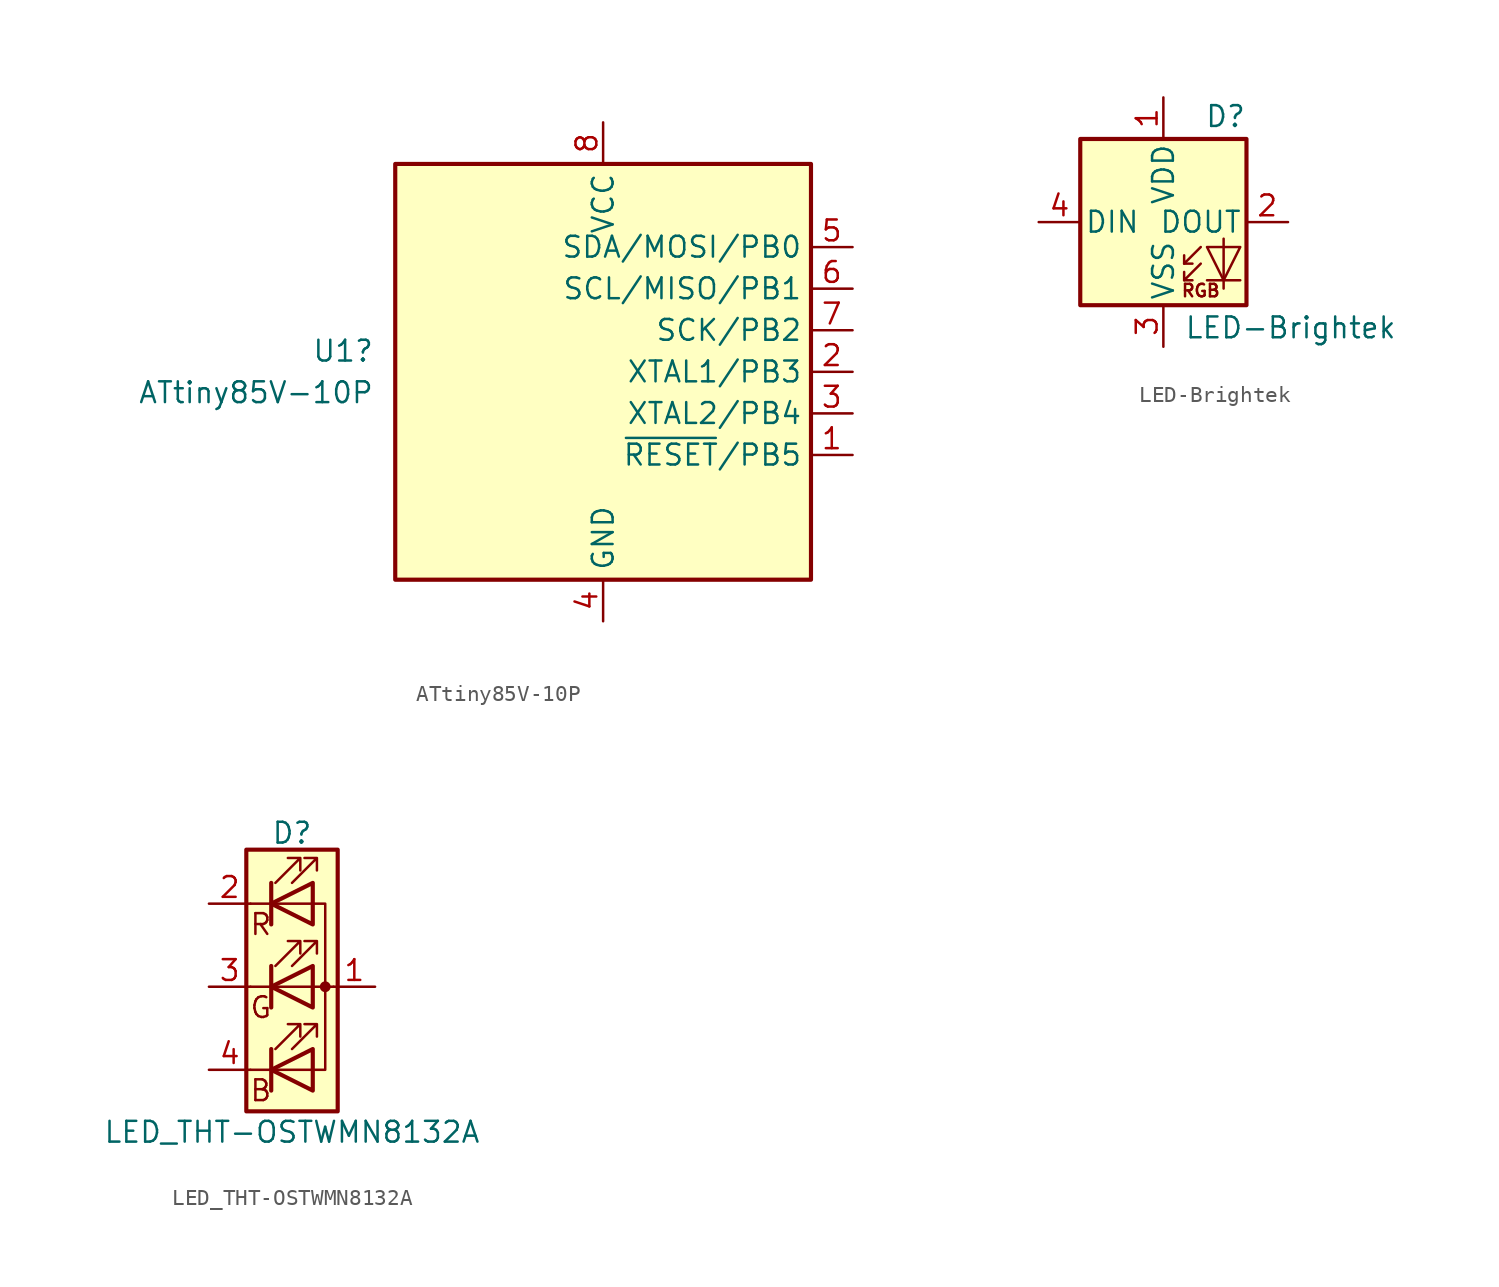
<source format=kicad_sym>
(kicad_symbol_lib
  (version 20241209)
  (generator "kicad_symbol_editor")
  (generator_version "9.0")
  (symbol "ATtiny85V-10P"
    (property "Reference" "U1"
      (at -13.97 1.27 0)
      (effects (font (size 1.27 1.27)) (justify right)))
    (property "Value" "ATtiny85V-10P"
      (at -13.97 -1.27 0)
      (effects (font (size 1.27 1.27)) (justify right)))
    (symbol "ATtiny85V-10P_0_1"
      (rectangle (start -12.7 -12.7) (end 12.7 12.7) (stroke (width 0.254) (type default)) (fill (type background))))
    (symbol "ATtiny85V-10P_1_1"
      (pin power_in line (at 0 15.24 270) (length 2.54) (name "VCC" (effects (font (size 1.27 1.27)))) (number "8" (effects (font (size 1.27 1.27)))))
      (pin power_in line (at 0 -15.24 90) (length 2.54) (name "GND" (effects (font (size 1.27 1.27)))) (number "4" (effects (font (size 1.27 1.27)))))
      (pin bidirectional line (at 15.24 7.62 180) (length 2.54) (name "SDA/MOSI/PB0" (effects (font (size 1.27 1.27)))) (number "5" (effects (font (size 1.27 1.27)))))
      (pin bidirectional line (at 15.24 5.08 180) (length 2.54) (name "SCL/MISO/PB1" (effects (font (size 1.27 1.27)))) (number "6" (effects (font (size 1.27 1.27)))))
      (pin bidirectional line (at 15.24 2.54 180) (length 2.54) (name "SCK/PB2" (effects (font (size 1.27 1.27)))) (number "7" (effects (font (size 1.27 1.27)))))
      (pin bidirectional line (at 15.24 0 180) (length 2.54) (name "XTAL1/PB3" (effects (font (size 1.27 1.27)))) (number "2" (effects (font (size 1.27 1.27)))))
      (pin bidirectional line (at 15.24 -2.54 180) (length 2.54) (name "XTAL2/PB4" (effects (font (size 1.27 1.27)))) (number "3" (effects (font (size 1.27 1.27)))))
      (pin bidirectional line (at 15.24 -5.08 180) (length 2.54) (name "~{RESET}/PB5" (effects (font (size 1.27 1.27)))) (number "1" (effects (font (size 1.27 1.27)))))))
  (symbol "LED-Brightek"
    (pin_names
      (offset 0.254))
    (property "Reference" "D"
      (at 5.08 5.715 0)
      (effects (font (size 1.27 1.27)) (justify right bottom)))
    (property "Value" "LED-Brightek"
      (at 1.27 -5.715 0)
      (effects (font (size 1.27 1.27)) (justify left top)))
    (symbol "LED-Brightek_0_0"
      (text "RGB" (at 2.286 -4.191 0) (effects (font (size 0.762 0.762)))))
    (symbol "LED-Brightek_0_1"
      (polyline (pts (xy 1.27 -2.54) (xy 1.778 -2.54)) (stroke (width 0) (type default)) (fill (type none)))
      (polyline (pts (xy 1.27 -3.556) (xy 1.778 -3.556)) (stroke (width 0) (type default)) (fill (type none)))
      (polyline (pts (xy 2.286 -1.524) (xy 1.27 -2.54) (xy 1.27 -2.032)) (stroke (width 0) (type default)) (fill (type none)))
      (polyline (pts (xy 2.286 -2.54) (xy 1.27 -3.556) (xy 1.27 -3.048)) (stroke (width 0) (type default)) (fill (type none)))
      (polyline (pts (xy 3.683 -1.016) (xy 3.683 -3.556) (xy 3.683 -4.064)) (stroke (width 0) (type default)) (fill (type none)))
      (polyline (pts (xy 4.699 -1.524) (xy 2.667 -1.524) (xy 3.683 -3.556) (xy 4.699 -1.524)) (stroke (width 0) (type default)) (fill (type none)))
      (polyline (pts (xy 4.699 -3.556) (xy 2.667 -3.556)) (stroke (width 0) (type default)) (fill (type none)))
      (rectangle (start 5.08 5.08) (end -5.08 -5.08) (stroke (width 0.254) (type default)) (fill (type background))))
    (symbol "LED-Brightek_1_1"
      (pin input line (at -7.62 0 0) (length 2.54) (name "DIN" (effects (font (size 1.27 1.27)))) (number "4" (effects (font (size 1.27 1.27)))))
      (pin power_in line (at 0 7.62 270) (length 2.54) (name "VDD" (effects (font (size 1.27 1.27)))) (number "1" (effects (font (size 1.27 1.27)))))
      (pin power_in line (at 0 -7.62 90) (length 2.54) (name "VSS" (effects (font (size 1.27 1.27)))) (number "3" (effects (font (size 1.27 1.27)))))
      (pin output line (at 7.62 0 180) (length 2.54) (name "DOUT" (effects (font (size 1.27 1.27)))) (number "2" (effects (font (size 1.27 1.27)))))))
  (symbol "LED_THT-OSTWMN8132A"
    (pin_names
      (offset 0)
      (hide yes))
    (property "Reference" "D"
      (at 0 9.398 0)
      (effects (font (size 1.27 1.27))))
    (property "Value" "LED_THT-OSTWMN8132A"
      (at 0 -8.89 0)
      (effects (font (size 1.27 1.27))))
    (symbol "LED_THT-OSTWMN8132A_0_0"
      (text "R" (at -1.905 3.81 0) (effects (font (size 1.27 1.27))))
      (text "G" (at -1.905 -1.27 0) (effects (font (size 1.27 1.27))))
      (text "B" (at -1.905 -6.35 0) (effects (font (size 1.27 1.27)))))
    (symbol "LED_THT-OSTWMN8132A_0_1"
      (rectangle (start -2.794 8.382) (end 2.794 -7.62) (stroke (width 0.254) (type default)) (fill (type background)))
      (polyline (pts (xy -1.27 6.35) (xy -1.27 3.81)) (stroke (width 0.254) (type default)) (fill (type none)))
      (polyline (pts (xy -1.27 6.35) (xy -1.27 3.81) (xy -1.27 3.81)) (stroke (width 0) (type default)) (fill (type none)))
      (polyline (pts (xy -1.27 5.08) (xy -2.54 5.08)) (stroke (width 0) (type default)) (fill (type none)))
      (polyline (pts (xy -1.27 5.08) (xy 1.27 5.08)) (stroke (width 0) (type default)) (fill (type none)))
      (polyline (pts (xy -1.27 1.27) (xy -1.27 -1.27)) (stroke (width 0.254) (type default)) (fill (type none)))
      (polyline (pts (xy -1.27 1.27) (xy -1.27 -1.27) (xy -1.27 -1.27)) (stroke (width 0) (type default)) (fill (type none)))
      (polyline (pts (xy -1.27 0) (xy -2.54 0)) (stroke (width 0) (type default)) (fill (type none)))
      (polyline (pts (xy -1.27 -3.81) (xy -1.27 -6.35)) (stroke (width 0.254) (type default)) (fill (type none)))
      (polyline (pts (xy -1.27 -5.08) (xy -2.54 -5.08)) (stroke (width 0) (type default)) (fill (type none)))
      (polyline (pts (xy -1.27 -5.08) (xy 1.27 -5.08)) (stroke (width 0) (type default)) (fill (type none)))
      (polyline (pts (xy -1.016 6.35) (xy 0.508 7.874) (xy -0.254 7.874) (xy 0.508 7.874) (xy 0.508 7.112)) (stroke (width 0) (type default)) (fill (type none)))
      (polyline (pts (xy -1.016 1.27) (xy 0.508 2.794) (xy -0.254 2.794) (xy 0.508 2.794) (xy 0.508 2.032)) (stroke (width 0) (type default)) (fill (type none)))
      (polyline (pts (xy -1.016 -3.81) (xy 0.508 -2.286) (xy -0.254 -2.286) (xy 0.508 -2.286) (xy 0.508 -3.048)) (stroke (width 0) (type default)) (fill (type none)))
      (polyline (pts (xy 0 6.35) (xy 1.524 7.874) (xy 0.762 7.874) (xy 1.524 7.874) (xy 1.524 7.112)) (stroke (width 0) (type default)) (fill (type none)))
      (polyline (pts (xy 0 1.27) (xy 1.524 2.794) (xy 0.762 2.794) (xy 1.524 2.794) (xy 1.524 2.032)) (stroke (width 0) (type default)) (fill (type none)))
      (polyline (pts (xy 0 -3.81) (xy 1.524 -2.286) (xy 0.762 -2.286) (xy 1.524 -2.286) (xy 1.524 -3.048)) (stroke (width 0) (type default)) (fill (type none)))
      (polyline (pts (xy 1.27 6.35) (xy 1.27 3.81) (xy -1.27 5.08) (xy 1.27 6.35)) (stroke (width 0.254) (type default)) (fill (type none)))
      (rectangle (start 1.27 6.35) (end 1.27 6.35) (stroke (width 0) (type default)) (fill (type none)))
      (rectangle (start 1.27 3.81) (end 1.27 6.35) (stroke (width 0) (type default)) (fill (type none)))
      (polyline (pts (xy 1.27 1.27) (xy 1.27 -1.27) (xy -1.27 0) (xy 1.27 1.27)) (stroke (width 0.254) (type default)) (fill (type none)))
      (rectangle (start 1.27 1.27) (end 1.27 1.27) (stroke (width 0) (type default)) (fill (type none)))
      (polyline (pts (xy 1.27 0) (xy -1.27 0)) (stroke (width 0) (type default)) (fill (type none)))
      (polyline (pts (xy 1.27 0) (xy 2.54 0)) (stroke (width 0) (type default)) (fill (type none)))
      (rectangle (start 1.27 -1.27) (end 1.27 1.27) (stroke (width 0) (type default)) (fill (type none)))
      (polyline (pts (xy 1.27 -3.81) (xy 1.27 -6.35) (xy -1.27 -5.08) (xy 1.27 -3.81)) (stroke (width 0.254) (type default)) (fill (type none)))
      (polyline (pts (xy 1.27 -5.08) (xy 2.032 -5.08) (xy 2.032 5.08) (xy 1.27 5.08)) (stroke (width 0) (type default)) (fill (type none)))
      (circle (center 2.032 0) (radius 0.254) (stroke (width 0) (type default)) (fill (type outline))))
    (symbol "LED_THT-OSTWMN8132A_1_1"
      (pin output line (at -5.08 5.08 0) (length 2.54) (name "DOUT" (effects (font (size 1.27 1.27)))) (number "2" (effects (font (size 1.27 1.27)))))
      (pin power_in line (at -5.08 0 0) (length 2.54) (name "VSS" (effects (font (size 1.27 1.27)))) (number "3" (effects (font (size 1.27 1.27)))))
      (pin input line (at -5.08 -5.08 0) (length 2.54) (name "DIN" (effects (font (size 1.27 1.27)))) (number "4" (effects (font (size 1.27 1.27)))))
      (pin power_in line (at 5.08 0 180) (length 2.54) (name "VCC" (effects (font (size 1.27 1.27)))) (number "1" (effects (font (size 1.27 1.27))))))))
</source>
